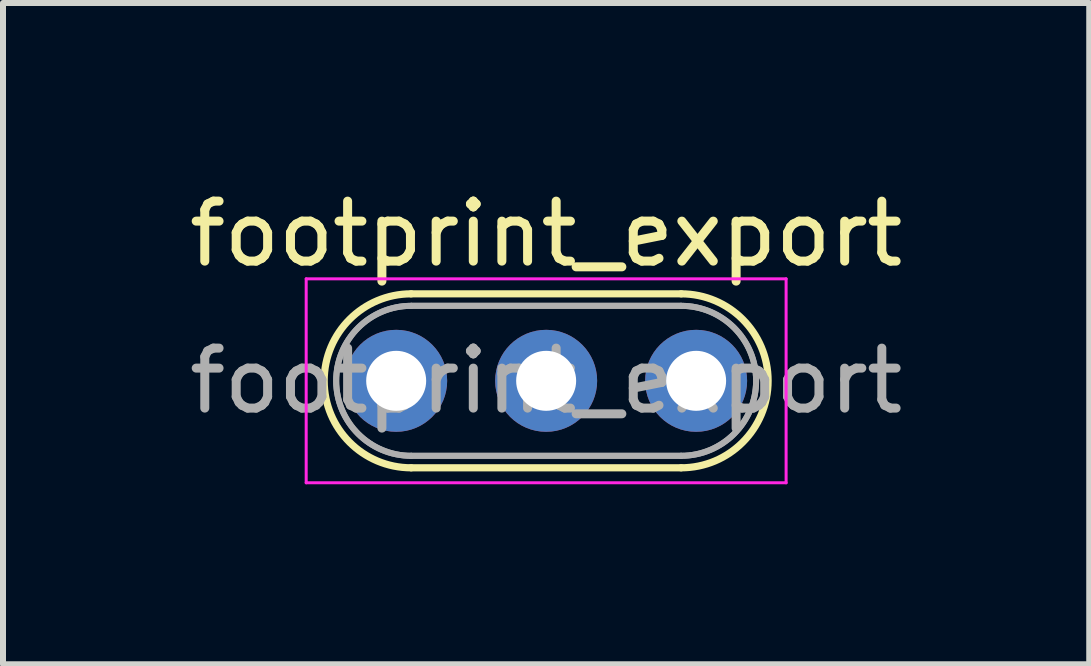
<source format=kicad_pcb>
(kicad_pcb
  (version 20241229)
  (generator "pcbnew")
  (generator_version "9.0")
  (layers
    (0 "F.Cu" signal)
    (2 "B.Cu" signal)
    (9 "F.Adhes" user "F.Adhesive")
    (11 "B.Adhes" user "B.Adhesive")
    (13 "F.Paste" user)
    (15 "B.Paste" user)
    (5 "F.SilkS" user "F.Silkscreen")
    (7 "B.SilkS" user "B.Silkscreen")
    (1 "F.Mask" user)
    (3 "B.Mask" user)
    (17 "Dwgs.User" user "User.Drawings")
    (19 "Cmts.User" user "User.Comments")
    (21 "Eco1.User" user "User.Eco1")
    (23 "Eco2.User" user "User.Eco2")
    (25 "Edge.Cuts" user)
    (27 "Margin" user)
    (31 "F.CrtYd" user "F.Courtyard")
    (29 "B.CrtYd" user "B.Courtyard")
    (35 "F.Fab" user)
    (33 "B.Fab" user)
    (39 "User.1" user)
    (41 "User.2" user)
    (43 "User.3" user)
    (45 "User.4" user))
  (footprint "footprint_export"
    (layer "F.Cu")
    (at 3.554 3.298)
    (property "Reference" "footprint_export" (at 2.5 -2.45 0) (layer "F.SilkS") (effects (font (size 1 1) (thickness 0.15))))
    (attr through_hole)
    (fp_line (start 0.25 -1.45) (end 4.75 -1.45) (stroke (width 0.12) (type solid)) (layer "F.SilkS"))
    (fp_line (start 0.25 1.45) (end 4.75 1.45) (stroke (width 0.12) (type solid)) (layer "F.SilkS"))
    (fp_arc (start 0.25 1.45) (mid -1.2 0) (end 0.25 -1.45) (stroke (width 0.12) (type solid)) (layer "F.SilkS"))
    (fp_arc (start 4.75 -1.45) (mid 6.2 0) (end 4.75 1.45) (stroke (width 0.12) (type solid)) (layer "F.SilkS"))
    (fp_line (start -1.5 -1.7) (end -1.5 1.7) (stroke (width 0.05) (type solid)) (layer "F.CrtYd"))
    (fp_line (start -1.5 1.7) (end 6.5 1.7) (stroke (width 0.05) (type solid)) (layer "F.CrtYd"))
    (fp_line (start 6.5 -1.7) (end -1.5 -1.7) (stroke (width 0.05) (type solid)) (layer "F.CrtYd"))
    (fp_line (start 6.5 1.7) (end 6.5 -1.7) (stroke (width 0.05) (type solid)) (layer "F.CrtYd"))
    (fp_line (start 0.25 -1.25) (end 4.75 -1.25) (stroke (width 0.1) (type solid)) (layer "F.Fab"))
    (fp_line (start 0.25 -1.25) (end 4.75 -1.25) (stroke (width 0.1) (type solid)) (layer "F.Fab"))
    (fp_line (start 0.25 1.25) (end 4.75 1.25) (stroke (width 0.1) (type solid)) (layer "F.Fab"))
    (fp_line (start 0.25 1.25) (end 4.75 1.25) (stroke (width 0.1) (type solid)) (layer "F.Fab"))
    (fp_arc (start 0.25 1.25) (mid -1 0) (end 0.25 -1.25) (stroke (width 0.1) (type solid)) (layer "F.Fab"))
    (fp_arc (start 0.25 1.25) (mid -1 0) (end 0.25 -1.25) (stroke (width 0.1) (type solid)) (layer "F.Fab"))
    (fp_arc (start 4.75 -1.25) (mid 6 0) (end 4.75 1.25) (stroke (width 0.1) (type solid)) (layer "F.Fab"))
    (fp_arc (start 4.75 -1.25) (mid 6 0) (end 4.75 1.25) (stroke (width 0.1) (type solid)) (layer "F.Fab"))
    (fp_text user "${REFERENCE}" (at 2.5 0 0) (layer "F.Fab") (effects (font (size 1 1) (thickness 0.15))))
    (pad "1" thru_hole circle (at 0 0) (size 1.7 1.7) (drill 1) (layers "*.Cu" "*.Mask"))
    (pad "2" thru_hole circle (at 2.5 0) (size 1.7 1.7) (drill 1) (layers "*.Cu" "*.Mask"))
    (pad "3" thru_hole circle (at 5 0) (size 1.7 1.7) (drill 1) (layers "*.Cu" "*.Mask")))
  (gr_rect
    (start -3 -3)
    (end 15.107 8.023)
    (stroke (width 0.1) (type default))
    (fill no)
    (layer "Edge.Cuts")))
</source>
